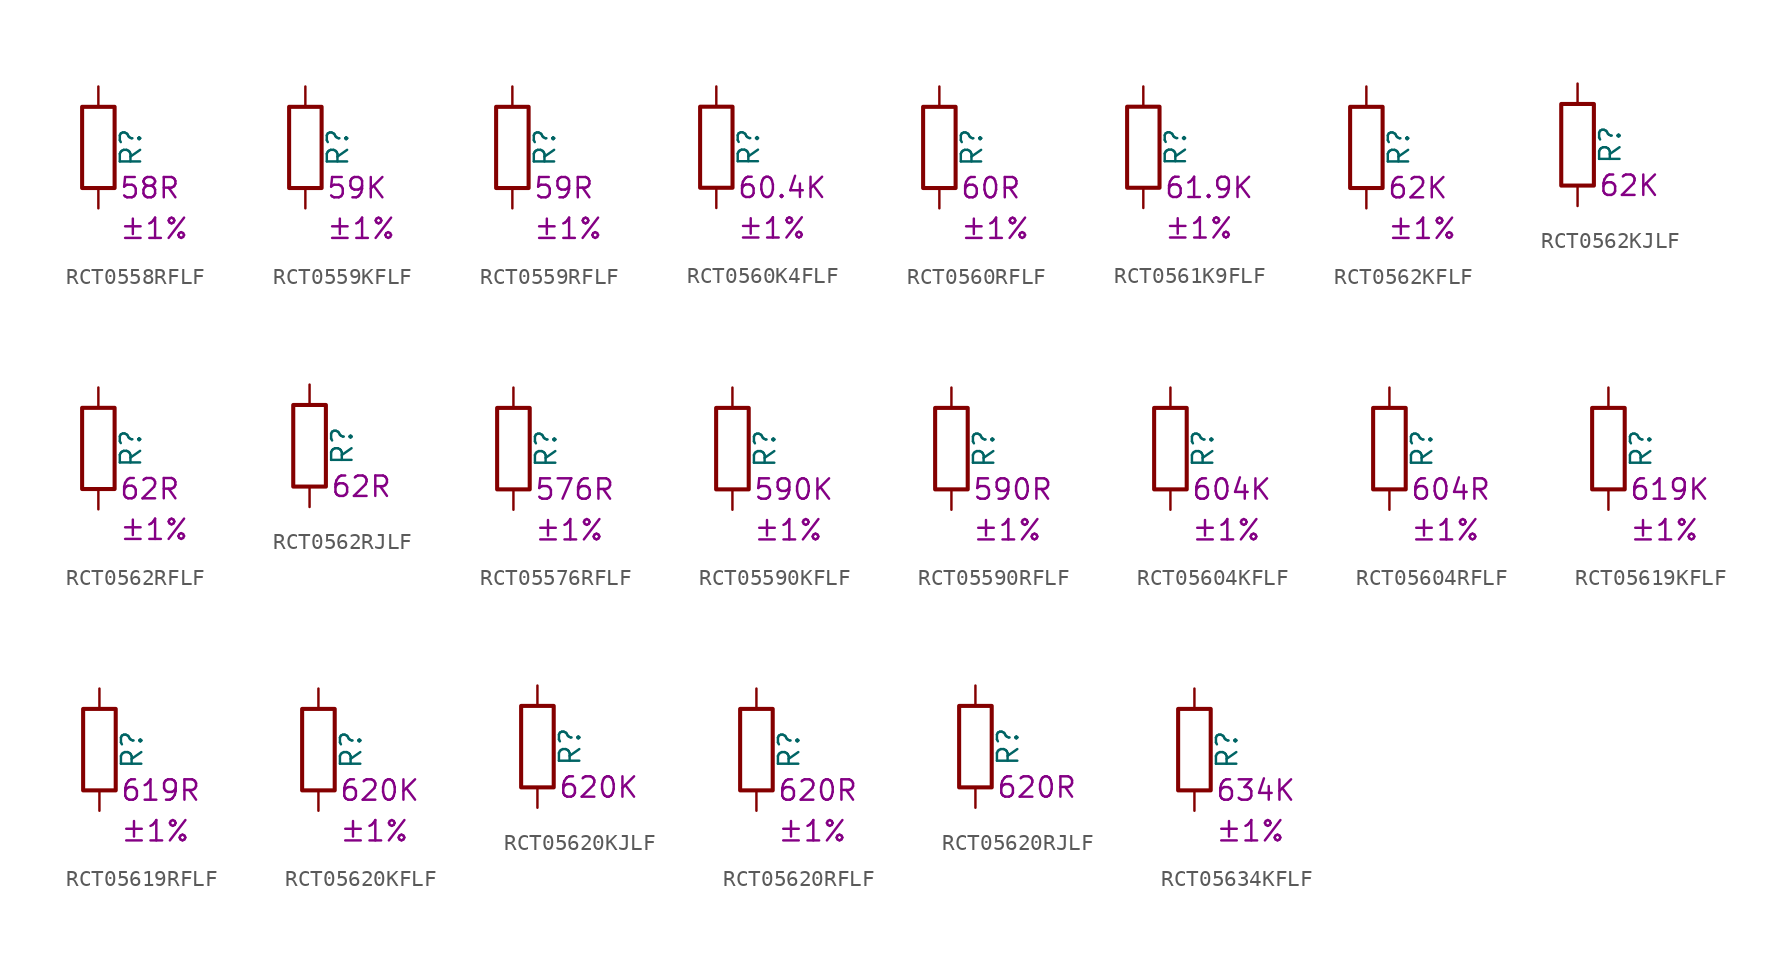
<source format=kicad_sym>
(kicad_symbol_lib
  (version 20220914)
  (generator kicad_symbol_editor)
  (symbol "RCT0558RFLF"
    (pin_numbers hide)
    (pin_names
      (offset 0))
    (property "Reference" "R"
      (at 2.032 0 90)
      (effects (font (size 1.27 1.27))))
    (property "Resistance" "58R"
      (at 1.27 -2.54 0)
      (effects (font (size 1.27 1.27)) (justify left)))
    (property "Tolerance" "±1%"
      (at 1.27 -5.08 0)
      (effects (font (size 1.27 1.27)) (justify left)))
    (symbol "RCT0558RFLF_0_1"
      (rectangle (start -1.016 -2.54) (end 1.016 2.54) (stroke (width 0.254) (type default)) (fill (type none))))
    (symbol "RCT0558RFLF_1_1"
      (pin passive line (at 0 3.81 270) (length 1.27) (name "~" (effects (font (size 1.27 1.27)))) (number "1" (effects (font (size 1.27 1.27)))))
      (pin passive line (at 0 -3.81 90) (length 1.27) (name "~" (effects (font (size 1.27 1.27)))) (number "2" (effects (font (size 1.27 1.27)))))))
  (symbol "RCT0559KFLF"
    (pin_numbers hide)
    (pin_names
      (offset 0))
    (property "Reference" "R"
      (at 2.032 0 90)
      (effects (font (size 1.27 1.27))))
    (property "Resistance" "59K"
      (at 1.27 -2.54 0)
      (effects (font (size 1.27 1.27)) (justify left)))
    (property "Tolerance" "±1%"
      (at 1.27 -5.08 0)
      (effects (font (size 1.27 1.27)) (justify left)))
    (symbol "RCT0559KFLF_0_1"
      (rectangle (start -1.016 -2.54) (end 1.016 2.54) (stroke (width 0.254) (type default)) (fill (type none))))
    (symbol "RCT0559KFLF_1_1"
      (pin passive line (at 0 3.81 270) (length 1.27) (name "~" (effects (font (size 1.27 1.27)))) (number "1" (effects (font (size 1.27 1.27)))))
      (pin passive line (at 0 -3.81 90) (length 1.27) (name "~" (effects (font (size 1.27 1.27)))) (number "2" (effects (font (size 1.27 1.27)))))))
  (symbol "RCT0559RFLF"
    (pin_numbers hide)
    (pin_names
      (offset 0))
    (property "Reference" "R"
      (at 2.032 0 90)
      (effects (font (size 1.27 1.27))))
    (property "Resistance" "59R"
      (at 1.27 -2.54 0)
      (effects (font (size 1.27 1.27)) (justify left)))
    (property "Tolerance" "±1%"
      (at 1.27 -5.08 0)
      (effects (font (size 1.27 1.27)) (justify left)))
    (symbol "RCT0559RFLF_0_1"
      (rectangle (start -1.016 -2.54) (end 1.016 2.54) (stroke (width 0.254) (type default)) (fill (type none))))
    (symbol "RCT0559RFLF_1_1"
      (pin passive line (at 0 3.81 270) (length 1.27) (name "~" (effects (font (size 1.27 1.27)))) (number "1" (effects (font (size 1.27 1.27)))))
      (pin passive line (at 0 -3.81 90) (length 1.27) (name "~" (effects (font (size 1.27 1.27)))) (number "2" (effects (font (size 1.27 1.27)))))))
  (symbol "RCT0560K4FLF"
    (pin_numbers hide)
    (pin_names
      (offset 0))
    (property "Reference" "R"
      (at 2.032 0 90)
      (effects (font (size 1.27 1.27))))
    (property "Resistance" "60.4K"
      (at 1.27 -2.54 0)
      (effects (font (size 1.27 1.27)) (justify left)))
    (property "Tolerance" "±1%"
      (at 1.27 -5.08 0)
      (effects (font (size 1.27 1.27)) (justify left)))
    (symbol "RCT0560K4FLF_0_1"
      (rectangle (start -1.016 -2.54) (end 1.016 2.54) (stroke (width 0.254) (type default)) (fill (type none))))
    (symbol "RCT0560K4FLF_1_1"
      (pin passive line (at 0 3.81 270) (length 1.27) (name "~" (effects (font (size 1.27 1.27)))) (number "1" (effects (font (size 1.27 1.27)))))
      (pin passive line (at 0 -3.81 90) (length 1.27) (name "~" (effects (font (size 1.27 1.27)))) (number "2" (effects (font (size 1.27 1.27)))))))
  (symbol "RCT0560RFLF"
    (pin_numbers hide)
    (pin_names
      (offset 0))
    (property "Reference" "R"
      (at 2.032 0 90)
      (effects (font (size 1.27 1.27))))
    (property "Resistance" "60R"
      (at 1.27 -2.54 0)
      (effects (font (size 1.27 1.27)) (justify left)))
    (property "Tolerance" "±1%"
      (at 1.27 -5.08 0)
      (effects (font (size 1.27 1.27)) (justify left)))
    (symbol "RCT0560RFLF_0_1"
      (rectangle (start -1.016 -2.54) (end 1.016 2.54) (stroke (width 0.254) (type default)) (fill (type none))))
    (symbol "RCT0560RFLF_1_1"
      (pin passive line (at 0 3.81 270) (length 1.27) (name "~" (effects (font (size 1.27 1.27)))) (number "1" (effects (font (size 1.27 1.27)))))
      (pin passive line (at 0 -3.81 90) (length 1.27) (name "~" (effects (font (size 1.27 1.27)))) (number "2" (effects (font (size 1.27 1.27)))))))
  (symbol "RCT0561K9FLF"
    (pin_numbers hide)
    (pin_names
      (offset 0))
    (property "Reference" "R"
      (at 2.032 0 90)
      (effects (font (size 1.27 1.27))))
    (property "Resistance" "61.9K"
      (at 1.27 -2.54 0)
      (effects (font (size 1.27 1.27)) (justify left)))
    (property "Tolerance" "±1%"
      (at 1.27 -5.08 0)
      (effects (font (size 1.27 1.27)) (justify left)))
    (symbol "RCT0561K9FLF_0_1"
      (rectangle (start -1.016 -2.54) (end 1.016 2.54) (stroke (width 0.254) (type default)) (fill (type none))))
    (symbol "RCT0561K9FLF_1_1"
      (pin passive line (at 0 3.81 270) (length 1.27) (name "~" (effects (font (size 1.27 1.27)))) (number "1" (effects (font (size 1.27 1.27)))))
      (pin passive line (at 0 -3.81 90) (length 1.27) (name "~" (effects (font (size 1.27 1.27)))) (number "2" (effects (font (size 1.27 1.27)))))))
  (symbol "RCT0562KFLF"
    (pin_numbers hide)
    (pin_names
      (offset 0))
    (property "Reference" "R"
      (at 2.032 0 90)
      (effects (font (size 1.27 1.27))))
    (property "Resistance" "62K"
      (at 1.27 -2.54 0)
      (effects (font (size 1.27 1.27)) (justify left)))
    (property "Tolerance" "±1%"
      (at 1.27 -5.08 0)
      (effects (font (size 1.27 1.27)) (justify left)))
    (symbol "RCT0562KFLF_0_1"
      (rectangle (start -1.016 -2.54) (end 1.016 2.54) (stroke (width 0.254) (type default)) (fill (type none))))
    (symbol "RCT0562KFLF_1_1"
      (pin passive line (at 0 3.81 270) (length 1.27) (name "~" (effects (font (size 1.27 1.27)))) (number "1" (effects (font (size 1.27 1.27)))))
      (pin passive line (at 0 -3.81 90) (length 1.27) (name "~" (effects (font (size 1.27 1.27)))) (number "2" (effects (font (size 1.27 1.27)))))))
  (symbol "RCT0562KJLF"
    (pin_numbers hide)
    (pin_names
      (offset 0))
    (property "Reference" "R"
      (at 2.032 0 90)
      (effects (font (size 1.27 1.27))))
    (property "Resistance" "62K"
      (at 1.27 -2.54 0)
      (effects (font (size 1.27 1.27)) (justify left)))
    (symbol "RCT0562KJLF_0_1"
      (rectangle (start -1.016 -2.54) (end 1.016 2.54) (stroke (width 0.254) (type default)) (fill (type none))))
    (symbol "RCT0562KJLF_1_1"
      (pin passive line (at 0 3.81 270) (length 1.27) (name "~" (effects (font (size 1.27 1.27)))) (number "1" (effects (font (size 1.27 1.27)))))
      (pin passive line (at 0 -3.81 90) (length 1.27) (name "~" (effects (font (size 1.27 1.27)))) (number "2" (effects (font (size 1.27 1.27)))))))
  (symbol "RCT0562RFLF"
    (pin_numbers hide)
    (pin_names
      (offset 0))
    (property "Reference" "R"
      (at 2.032 0 90)
      (effects (font (size 1.27 1.27))))
    (property "Resistance" "62R"
      (at 1.27 -2.54 0)
      (effects (font (size 1.27 1.27)) (justify left)))
    (property "Tolerance" "±1%"
      (at 1.27 -5.08 0)
      (effects (font (size 1.27 1.27)) (justify left)))
    (symbol "RCT0562RFLF_0_1"
      (rectangle (start -1.016 -2.54) (end 1.016 2.54) (stroke (width 0.254) (type default)) (fill (type none))))
    (symbol "RCT0562RFLF_1_1"
      (pin passive line (at 0 3.81 270) (length 1.27) (name "~" (effects (font (size 1.27 1.27)))) (number "1" (effects (font (size 1.27 1.27)))))
      (pin passive line (at 0 -3.81 90) (length 1.27) (name "~" (effects (font (size 1.27 1.27)))) (number "2" (effects (font (size 1.27 1.27)))))))
  (symbol "RCT0562RJLF"
    (pin_numbers hide)
    (pin_names
      (offset 0))
    (property "Reference" "R"
      (at 2.032 0 90)
      (effects (font (size 1.27 1.27))))
    (property "Resistance" "62R"
      (at 1.27 -2.54 0)
      (effects (font (size 1.27 1.27)) (justify left)))
    (symbol "RCT0562RJLF_0_1"
      (rectangle (start -1.016 -2.54) (end 1.016 2.54) (stroke (width 0.254) (type default)) (fill (type none))))
    (symbol "RCT0562RJLF_1_1"
      (pin passive line (at 0 3.81 270) (length 1.27) (name "~" (effects (font (size 1.27 1.27)))) (number "1" (effects (font (size 1.27 1.27)))))
      (pin passive line (at 0 -3.81 90) (length 1.27) (name "~" (effects (font (size 1.27 1.27)))) (number "2" (effects (font (size 1.27 1.27)))))))
  (symbol "RCT05576RFLF"
    (pin_numbers hide)
    (pin_names
      (offset 0))
    (property "Reference" "R"
      (at 2.032 0 90)
      (effects (font (size 1.27 1.27))))
    (property "Resistance" "576R"
      (at 1.27 -2.54 0)
      (effects (font (size 1.27 1.27)) (justify left)))
    (property "Tolerance" "±1%"
      (at 1.27 -5.08 0)
      (effects (font (size 1.27 1.27)) (justify left)))
    (symbol "RCT05576RFLF_0_1"
      (rectangle (start -1.016 -2.54) (end 1.016 2.54) (stroke (width 0.254) (type default)) (fill (type none))))
    (symbol "RCT05576RFLF_1_1"
      (pin passive line (at 0 3.81 270) (length 1.27) (name "~" (effects (font (size 1.27 1.27)))) (number "1" (effects (font (size 1.27 1.27)))))
      (pin passive line (at 0 -3.81 90) (length 1.27) (name "~" (effects (font (size 1.27 1.27)))) (number "2" (effects (font (size 1.27 1.27)))))))
  (symbol "RCT05590KFLF"
    (pin_numbers hide)
    (pin_names
      (offset 0))
    (property "Reference" "R"
      (at 2.032 0 90)
      (effects (font (size 1.27 1.27))))
    (property "Resistance" "590K"
      (at 1.27 -2.54 0)
      (effects (font (size 1.27 1.27)) (justify left)))
    (property "Tolerance" "±1%"
      (at 1.27 -5.08 0)
      (effects (font (size 1.27 1.27)) (justify left)))
    (symbol "RCT05590KFLF_0_1"
      (rectangle (start -1.016 -2.54) (end 1.016 2.54) (stroke (width 0.254) (type default)) (fill (type none))))
    (symbol "RCT05590KFLF_1_1"
      (pin passive line (at 0 3.81 270) (length 1.27) (name "~" (effects (font (size 1.27 1.27)))) (number "1" (effects (font (size 1.27 1.27)))))
      (pin passive line (at 0 -3.81 90) (length 1.27) (name "~" (effects (font (size 1.27 1.27)))) (number "2" (effects (font (size 1.27 1.27)))))))
  (symbol "RCT05590RFLF"
    (pin_numbers hide)
    (pin_names
      (offset 0))
    (property "Reference" "R"
      (at 2.032 0 90)
      (effects (font (size 1.27 1.27))))
    (property "Resistance" "590R"
      (at 1.27 -2.54 0)
      (effects (font (size 1.27 1.27)) (justify left)))
    (property "Tolerance" "±1%"
      (at 1.27 -5.08 0)
      (effects (font (size 1.27 1.27)) (justify left)))
    (symbol "RCT05590RFLF_0_1"
      (rectangle (start -1.016 -2.54) (end 1.016 2.54) (stroke (width 0.254) (type default)) (fill (type none))))
    (symbol "RCT05590RFLF_1_1"
      (pin passive line (at 0 3.81 270) (length 1.27) (name "~" (effects (font (size 1.27 1.27)))) (number "1" (effects (font (size 1.27 1.27)))))
      (pin passive line (at 0 -3.81 90) (length 1.27) (name "~" (effects (font (size 1.27 1.27)))) (number "2" (effects (font (size 1.27 1.27)))))))
  (symbol "RCT05604KFLF"
    (pin_numbers hide)
    (pin_names
      (offset 0))
    (property "Reference" "R"
      (at 2.032 0 90)
      (effects (font (size 1.27 1.27))))
    (property "Resistance" "604K"
      (at 1.27 -2.54 0)
      (effects (font (size 1.27 1.27)) (justify left)))
    (property "Tolerance" "±1%"
      (at 1.27 -5.08 0)
      (effects (font (size 1.27 1.27)) (justify left)))
    (symbol "RCT05604KFLF_0_1"
      (rectangle (start -1.016 -2.54) (end 1.016 2.54) (stroke (width 0.254) (type default)) (fill (type none))))
    (symbol "RCT05604KFLF_1_1"
      (pin passive line (at 0 3.81 270) (length 1.27) (name "~" (effects (font (size 1.27 1.27)))) (number "1" (effects (font (size 1.27 1.27)))))
      (pin passive line (at 0 -3.81 90) (length 1.27) (name "~" (effects (font (size 1.27 1.27)))) (number "2" (effects (font (size 1.27 1.27)))))))
  (symbol "RCT05604RFLF"
    (pin_numbers hide)
    (pin_names
      (offset 0))
    (property "Reference" "R"
      (at 2.032 0 90)
      (effects (font (size 1.27 1.27))))
    (property "Resistance" "604R"
      (at 1.27 -2.54 0)
      (effects (font (size 1.27 1.27)) (justify left)))
    (property "Tolerance" "±1%"
      (at 1.27 -5.08 0)
      (effects (font (size 1.27 1.27)) (justify left)))
    (symbol "RCT05604RFLF_0_1"
      (rectangle (start -1.016 -2.54) (end 1.016 2.54) (stroke (width 0.254) (type default)) (fill (type none))))
    (symbol "RCT05604RFLF_1_1"
      (pin passive line (at 0 3.81 270) (length 1.27) (name "~" (effects (font (size 1.27 1.27)))) (number "1" (effects (font (size 1.27 1.27)))))
      (pin passive line (at 0 -3.81 90) (length 1.27) (name "~" (effects (font (size 1.27 1.27)))) (number "2" (effects (font (size 1.27 1.27)))))))
  (symbol "RCT05619KFLF"
    (pin_numbers hide)
    (pin_names
      (offset 0))
    (property "Reference" "R"
      (at 2.032 0 90)
      (effects (font (size 1.27 1.27))))
    (property "Resistance" "619K"
      (at 1.27 -2.54 0)
      (effects (font (size 1.27 1.27)) (justify left)))
    (property "Tolerance" "±1%"
      (at 1.27 -5.08 0)
      (effects (font (size 1.27 1.27)) (justify left)))
    (symbol "RCT05619KFLF_0_1"
      (rectangle (start -1.016 -2.54) (end 1.016 2.54) (stroke (width 0.254) (type default)) (fill (type none))))
    (symbol "RCT05619KFLF_1_1"
      (pin passive line (at 0 3.81 270) (length 1.27) (name "~" (effects (font (size 1.27 1.27)))) (number "1" (effects (font (size 1.27 1.27)))))
      (pin passive line (at 0 -3.81 90) (length 1.27) (name "~" (effects (font (size 1.27 1.27)))) (number "2" (effects (font (size 1.27 1.27)))))))
  (symbol "RCT05619RFLF"
    (pin_numbers hide)
    (pin_names
      (offset 0))
    (property "Reference" "R"
      (at 2.032 0 90)
      (effects (font (size 1.27 1.27))))
    (property "Resistance" "619R"
      (at 1.27 -2.54 0)
      (effects (font (size 1.27 1.27)) (justify left)))
    (property "Tolerance" "±1%"
      (at 1.27 -5.08 0)
      (effects (font (size 1.27 1.27)) (justify left)))
    (symbol "RCT05619RFLF_0_1"
      (rectangle (start -1.016 -2.54) (end 1.016 2.54) (stroke (width 0.254) (type default)) (fill (type none))))
    (symbol "RCT05619RFLF_1_1"
      (pin passive line (at 0 3.81 270) (length 1.27) (name "~" (effects (font (size 1.27 1.27)))) (number "1" (effects (font (size 1.27 1.27)))))
      (pin passive line (at 0 -3.81 90) (length 1.27) (name "~" (effects (font (size 1.27 1.27)))) (number "2" (effects (font (size 1.27 1.27)))))))
  (symbol "RCT05620KFLF"
    (pin_numbers hide)
    (pin_names
      (offset 0))
    (property "Reference" "R"
      (at 2.032 0 90)
      (effects (font (size 1.27 1.27))))
    (property "Resistance" "620K"
      (at 1.27 -2.54 0)
      (effects (font (size 1.27 1.27)) (justify left)))
    (property "Tolerance" "±1%"
      (at 1.27 -5.08 0)
      (effects (font (size 1.27 1.27)) (justify left)))
    (symbol "RCT05620KFLF_0_1"
      (rectangle (start -1.016 -2.54) (end 1.016 2.54) (stroke (width 0.254) (type default)) (fill (type none))))
    (symbol "RCT05620KFLF_1_1"
      (pin passive line (at 0 3.81 270) (length 1.27) (name "~" (effects (font (size 1.27 1.27)))) (number "1" (effects (font (size 1.27 1.27)))))
      (pin passive line (at 0 -3.81 90) (length 1.27) (name "~" (effects (font (size 1.27 1.27)))) (number "2" (effects (font (size 1.27 1.27)))))))
  (symbol "RCT05620KJLF"
    (pin_numbers hide)
    (pin_names
      (offset 0))
    (property "Reference" "R"
      (at 2.032 0 90)
      (effects (font (size 1.27 1.27))))
    (property "Resistance" "620K"
      (at 1.27 -2.54 0)
      (effects (font (size 1.27 1.27)) (justify left)))
    (symbol "RCT05620KJLF_0_1"
      (rectangle (start -1.016 -2.54) (end 1.016 2.54) (stroke (width 0.254) (type default)) (fill (type none))))
    (symbol "RCT05620KJLF_1_1"
      (pin passive line (at 0 3.81 270) (length 1.27) (name "~" (effects (font (size 1.27 1.27)))) (number "1" (effects (font (size 1.27 1.27)))))
      (pin passive line (at 0 -3.81 90) (length 1.27) (name "~" (effects (font (size 1.27 1.27)))) (number "2" (effects (font (size 1.27 1.27)))))))
  (symbol "RCT05620RFLF"
    (pin_numbers hide)
    (pin_names
      (offset 0))
    (property "Reference" "R"
      (at 2.032 0 90)
      (effects (font (size 1.27 1.27))))
    (property "Resistance" "620R"
      (at 1.27 -2.54 0)
      (effects (font (size 1.27 1.27)) (justify left)))
    (property "Tolerance" "±1%"
      (at 1.27 -5.08 0)
      (effects (font (size 1.27 1.27)) (justify left)))
    (symbol "RCT05620RFLF_0_1"
      (rectangle (start -1.016 -2.54) (end 1.016 2.54) (stroke (width 0.254) (type default)) (fill (type none))))
    (symbol "RCT05620RFLF_1_1"
      (pin passive line (at 0 3.81 270) (length 1.27) (name "~" (effects (font (size 1.27 1.27)))) (number "1" (effects (font (size 1.27 1.27)))))
      (pin passive line (at 0 -3.81 90) (length 1.27) (name "~" (effects (font (size 1.27 1.27)))) (number "2" (effects (font (size 1.27 1.27)))))))
  (symbol "RCT05620RJLF"
    (pin_numbers hide)
    (pin_names
      (offset 0))
    (property "Reference" "R"
      (at 2.032 0 90)
      (effects (font (size 1.27 1.27))))
    (property "Resistance" "620R"
      (at 1.27 -2.54 0)
      (effects (font (size 1.27 1.27)) (justify left)))
    (symbol "RCT05620RJLF_0_1"
      (rectangle (start -1.016 -2.54) (end 1.016 2.54) (stroke (width 0.254) (type default)) (fill (type none))))
    (symbol "RCT05620RJLF_1_1"
      (pin passive line (at 0 3.81 270) (length 1.27) (name "~" (effects (font (size 1.27 1.27)))) (number "1" (effects (font (size 1.27 1.27)))))
      (pin passive line (at 0 -3.81 90) (length 1.27) (name "~" (effects (font (size 1.27 1.27)))) (number "2" (effects (font (size 1.27 1.27)))))))
  (symbol "RCT05634KFLF"
    (pin_numbers hide)
    (pin_names
      (offset 0))
    (property "Reference" "R"
      (at 2.032 0 90)
      (effects (font (size 1.27 1.27))))
    (property "Resistance" "634K"
      (at 1.27 -2.54 0)
      (effects (font (size 1.27 1.27)) (justify left)))
    (property "Tolerance" "±1%"
      (at 1.27 -5.08 0)
      (effects (font (size 1.27 1.27)) (justify left)))
    (symbol "RCT05634KFLF_0_1"
      (rectangle (start -1.016 -2.54) (end 1.016 2.54) (stroke (width 0.254) (type default)) (fill (type none))))
    (symbol "RCT05634KFLF_1_1"
      (pin passive line (at 0 3.81 270) (length 1.27) (name "~" (effects (font (size 1.27 1.27)))) (number "1" (effects (font (size 1.27 1.27)))))
      (pin passive line (at 0 -3.81 90) (length 1.27) (name "~" (effects (font (size 1.27 1.27)))) (number "2" (effects (font (size 1.27 1.27))))))))
</source>
